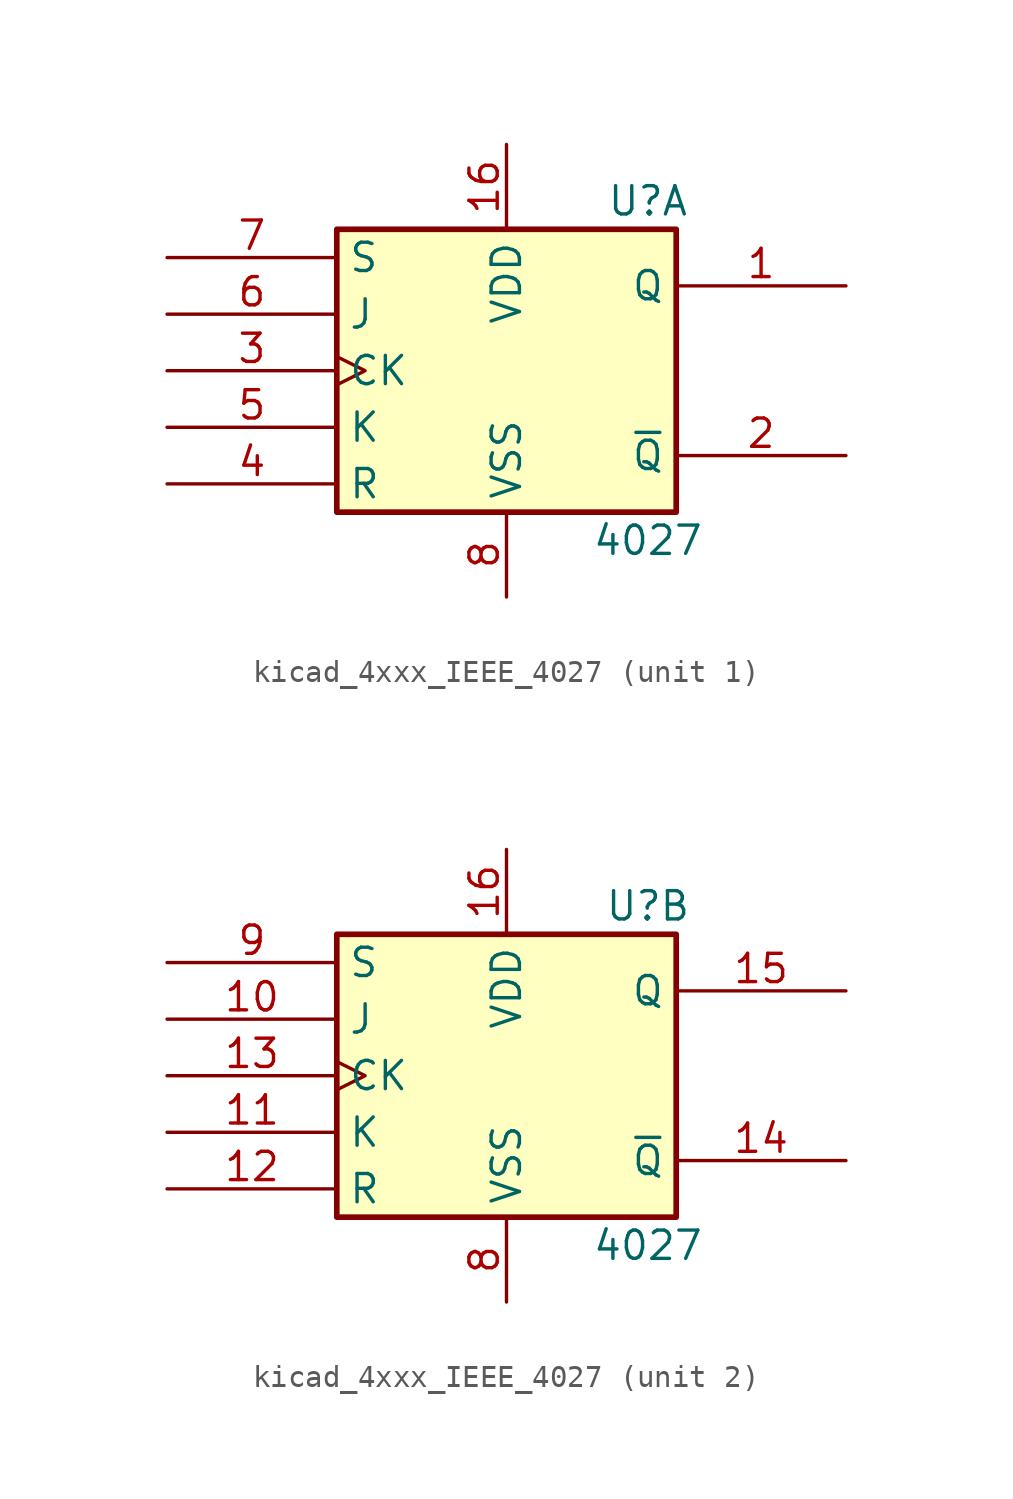
<source format=kicad_sym>
(kicad_symbol_lib
  (version 20220914)
  (generator kicad_symbol_editor)
  (symbol "kicad_4xxx_IEEE_4027"
    (property "Reference" "U"
      (at 6.35 7.62 0)
      (effects (font (size 1.27 1.27))))
    (property "Value" "4027"
      (at 6.35 -7.62 0)
      (effects (font (size 1.27 1.27))))
    (symbol "kicad_4xxx_IEEE_4027_0_0"
      (pin power_in line (at 0 10.16 270) (length 3.81) (name "VDD" (effects (font (size 1.27 1.27)))) (number "16" (effects (font (size 1.27 1.27)))))
      (pin power_in line (at 0 -10.16 90) (length 3.81) (name "VSS" (effects (font (size 1.27 1.27)))) (number "8" (effects (font (size 1.27 1.27))))))
    (symbol "kicad_4xxx_IEEE_4027_0_1"
      (rectangle (start -7.62 6.35) (end 7.62 -6.35) (stroke (width 0.254) (type default)) (fill (type background))))
    (symbol "kicad_4xxx_IEEE_4027_1_1"
      (pin output line (at 15.24 3.81 180) (length 7.62) (name "Q" (effects (font (size 1.27 1.27)))) (number "1" (effects (font (size 1.27 1.27)))))
      (pin output line (at 15.24 -3.81 180) (length 7.62) (name "~{Q}" (effects (font (size 1.27 1.27)))) (number "2" (effects (font (size 1.27 1.27)))))
      (pin input clock (at -15.24 0 0) (length 7.62) (name "CK" (effects (font (size 1.27 1.27)))) (number "3" (effects (font (size 1.27 1.27)))))
      (pin input line (at -15.24 -5.08 0) (length 7.62) (name "R" (effects (font (size 1.27 1.27)))) (number "4" (effects (font (size 1.27 1.27)))))
      (pin input line (at -15.24 -2.54 0) (length 7.62) (name "K" (effects (font (size 1.27 1.27)))) (number "5" (effects (font (size 1.27 1.27)))))
      (pin input line (at -15.24 2.54 0) (length 7.62) (name "J" (effects (font (size 1.27 1.27)))) (number "6" (effects (font (size 1.27 1.27)))))
      (pin input line (at -15.24 5.08 0) (length 7.62) (name "S" (effects (font (size 1.27 1.27)))) (number "7" (effects (font (size 1.27 1.27))))))
    (symbol "kicad_4xxx_IEEE_4027_2_1"
      (pin input line (at -15.24 2.54 0) (length 7.62) (name "J" (effects (font (size 1.27 1.27)))) (number "10" (effects (font (size 1.27 1.27)))))
      (pin input line (at -15.24 -2.54 0) (length 7.62) (name "K" (effects (font (size 1.27 1.27)))) (number "11" (effects (font (size 1.27 1.27)))))
      (pin input line (at -15.24 -5.08 0) (length 7.62) (name "R" (effects (font (size 1.27 1.27)))) (number "12" (effects (font (size 1.27 1.27)))))
      (pin input clock (at -15.24 0 0) (length 7.62) (name "CK" (effects (font (size 1.27 1.27)))) (number "13" (effects (font (size 1.27 1.27)))))
      (pin output line (at 15.24 -3.81 180) (length 7.62) (name "~{Q}" (effects (font (size 1.27 1.27)))) (number "14" (effects (font (size 1.27 1.27)))))
      (pin output line (at 15.24 3.81 180) (length 7.62) (name "Q" (effects (font (size 1.27 1.27)))) (number "15" (effects (font (size 1.27 1.27)))))
      (pin input line (at -15.24 5.08 0) (length 7.62) (name "S" (effects (font (size 1.27 1.27)))) (number "9" (effects (font (size 1.27 1.27))))))))
</source>
